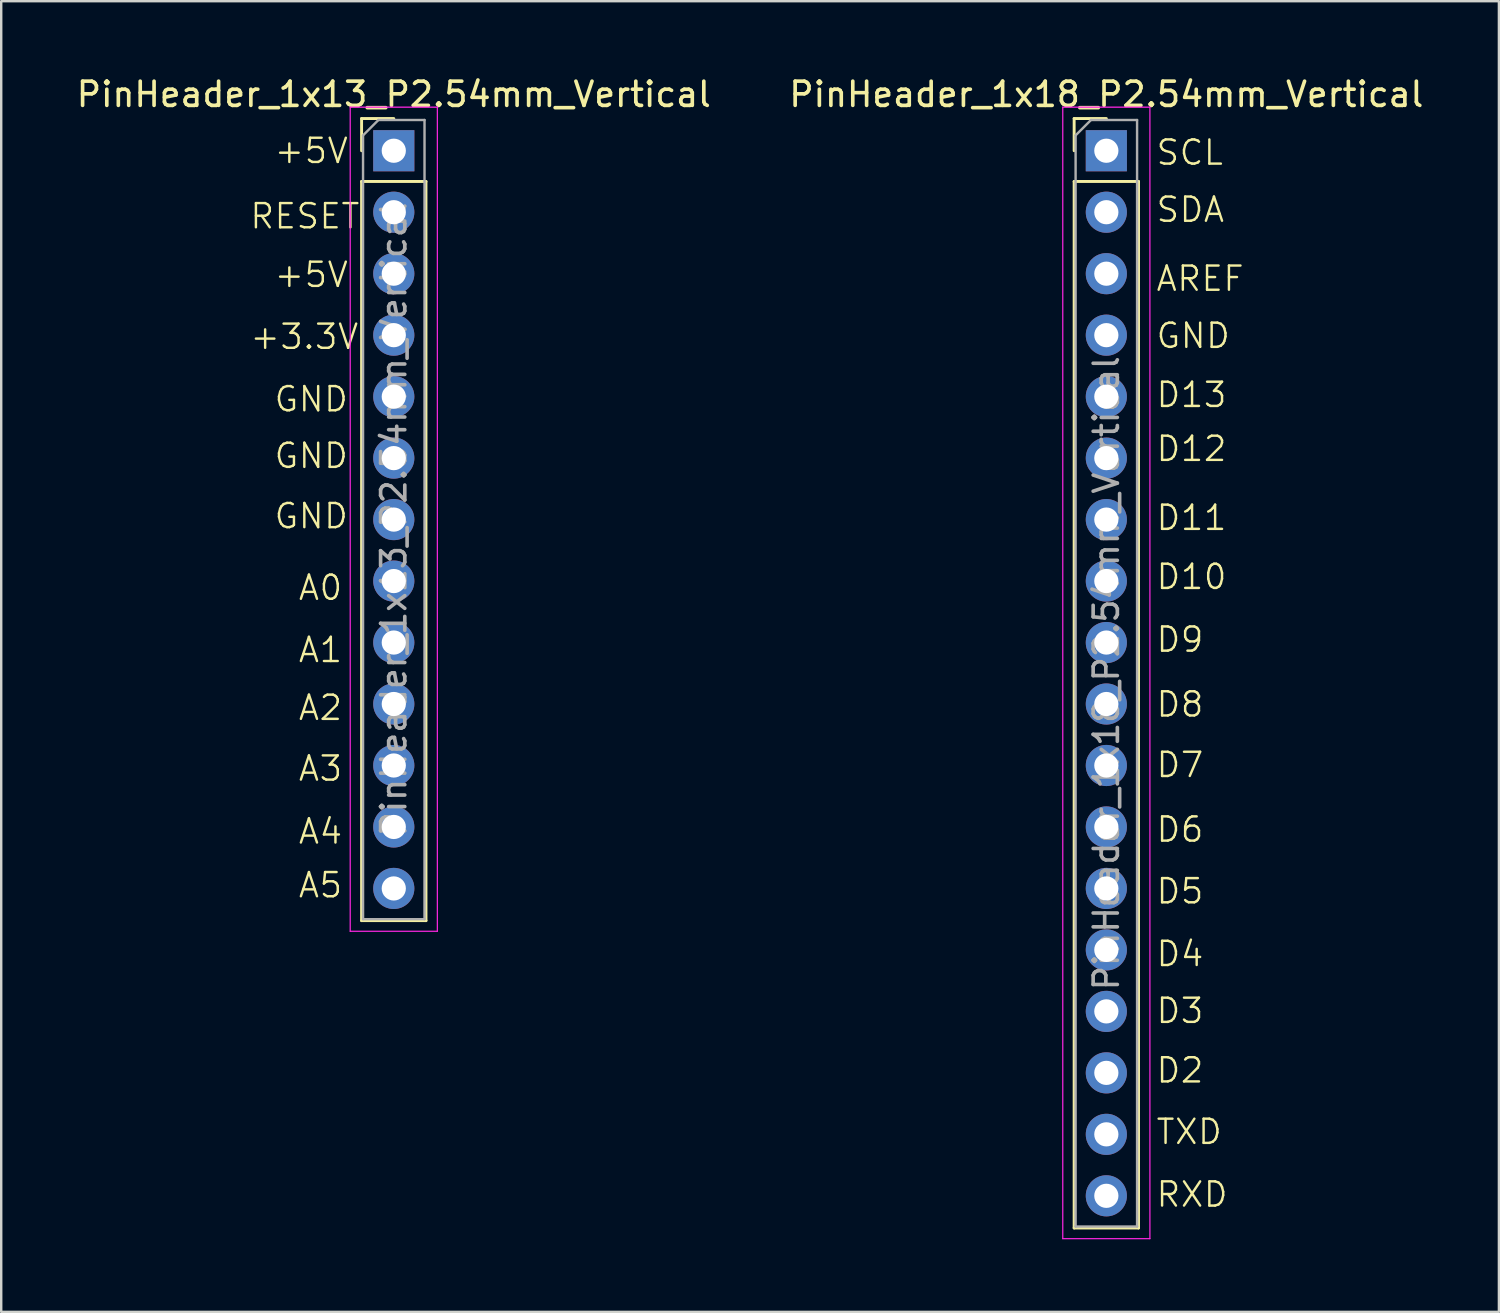
<source format=kicad_pcb>
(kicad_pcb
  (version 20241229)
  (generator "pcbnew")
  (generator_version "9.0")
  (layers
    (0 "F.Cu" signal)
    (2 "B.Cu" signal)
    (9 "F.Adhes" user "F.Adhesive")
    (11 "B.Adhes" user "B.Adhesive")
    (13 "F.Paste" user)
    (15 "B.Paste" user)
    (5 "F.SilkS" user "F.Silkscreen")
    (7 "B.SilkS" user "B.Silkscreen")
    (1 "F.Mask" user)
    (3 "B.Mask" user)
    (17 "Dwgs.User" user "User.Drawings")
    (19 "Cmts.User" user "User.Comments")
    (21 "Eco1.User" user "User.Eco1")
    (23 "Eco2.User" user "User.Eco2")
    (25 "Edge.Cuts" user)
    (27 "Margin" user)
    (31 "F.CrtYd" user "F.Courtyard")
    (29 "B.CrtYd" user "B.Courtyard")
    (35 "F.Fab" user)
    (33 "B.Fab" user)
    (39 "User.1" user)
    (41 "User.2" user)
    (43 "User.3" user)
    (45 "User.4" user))
  (footprint "PinHeader_1x18_P2.54mm_Vertical"
    (layer "F.Cu")
    (at 42.661 3.178)
    (property "Reference" "PinHeader_1x18_P2.54mm_Vertical" (at 0 -2.33 0) (layer "F.SilkS") (effects (font (size 1 1) (thickness 0.15))))
    (attr through_hole)
    (fp_line (start -1.33 -1.33) (end 0 -1.33) (stroke (width 0.12) (type solid)) (layer "F.SilkS"))
    (fp_line (start -1.33 0) (end -1.33 -1.33) (stroke (width 0.12) (type solid)) (layer "F.SilkS"))
    (fp_line (start -1.33 1.27) (end -1.33 44.51) (stroke (width 0.12) (type solid)) (layer "F.SilkS"))
    (fp_line (start -1.33 1.27) (end 1.33 1.27) (stroke (width 0.12) (type solid)) (layer "F.SilkS"))
    (fp_line (start -1.33 44.51) (end 1.33 44.51) (stroke (width 0.12) (type solid)) (layer "F.SilkS"))
    (fp_line (start 1.33 1.27) (end 1.33 44.51) (stroke (width 0.12) (type solid)) (layer "F.SilkS"))
    (fp_line (start -1.8 -1.8) (end -1.8 44.95) (stroke (width 0.05) (type solid)) (layer "F.CrtYd"))
    (fp_line (start -1.8 44.95) (end 1.8 44.95) (stroke (width 0.05) (type solid)) (layer "F.CrtYd"))
    (fp_line (start 1.8 -1.8) (end -1.8 -1.8) (stroke (width 0.05) (type solid)) (layer "F.CrtYd"))
    (fp_line (start 1.8 44.95) (end 1.8 -1.8) (stroke (width 0.05) (type solid)) (layer "F.CrtYd"))
    (fp_line (start -1.27 -0.635) (end -0.635 -1.27) (stroke (width 0.1) (type solid)) (layer "F.Fab"))
    (fp_line (start -1.27 44.45) (end -1.27 -0.635) (stroke (width 0.1) (type solid)) (layer "F.Fab"))
    (fp_line (start -0.635 -1.27) (end 1.27 -1.27) (stroke (width 0.1) (type solid)) (layer "F.Fab"))
    (fp_line (start 1.27 -1.27) (end 1.27 44.45) (stroke (width 0.1) (type solid)) (layer "F.Fab"))
    (fp_line (start 1.27 44.45) (end -1.27 44.45) (stroke (width 0.1) (type solid)) (layer "F.Fab"))
    (fp_text user "D5" (at 2 31.18 0) (unlocked yes) (layer "F.SilkS") (effects (font (size 1 1) (thickness 0.1)) (justify left bottom)))
    (fp_text user "SCL" (at 2 0.66 0) (unlocked yes) (layer "F.SilkS") (effects (font (size 1 1) (thickness 0.1)) (justify left bottom)))
    (fp_text user "D2" (at 2 38.58 0) (unlocked yes) (layer "F.SilkS") (effects (font (size 1 1) (thickness 0.1)) (justify left bottom)))
    (fp_text user "AREF" (at 2 5.87 0) (unlocked yes) (layer "F.SilkS") (effects (font (size 1 1) (thickness 0.1)) (justify left bottom)))
    (fp_text user "D10" (at 2 18.19 0) (unlocked yes) (layer "F.SilkS") (effects (font (size 1 1) (thickness 0.1)) (justify left bottom)))
    (fp_text user "SDA" (at 2 3.02 0) (unlocked yes) (layer "F.SilkS") (effects (font (size 1 1) (thickness 0.1)) (justify left bottom)))
    (fp_text user "D9" (at 2 20.782 0) (unlocked yes) (layer "F.SilkS") (effects (font (size 1 1) (thickness 0.1)) (justify left bottom)))
    (fp_text user "D3" (at 2 36.12 0) (unlocked yes) (layer "F.SilkS") (effects (font (size 1 1) (thickness 0.1)) (justify left bottom)))
    (fp_text user "D6" (at 2 28.63 0) (unlocked yes) (layer "F.SilkS") (effects (font (size 1 1) (thickness 0.1)) (justify left bottom)))
    (fp_text user "D8" (at 2 23.46 0) (unlocked yes) (layer "F.SilkS") (effects (font (size 1 1) (thickness 0.1)) (justify left bottom)))
    (fp_text user "TXD" (at 2 41.12 0) (unlocked yes) (layer "F.SilkS") (effects (font (size 1 1) (thickness 0.1)) (justify left bottom)))
    (fp_text user "D12" (at 2 12.9 0) (unlocked yes) (layer "F.SilkS") (effects (font (size 1 1) (thickness 0.1)) (justify left bottom)))
    (fp_text user "D13" (at 2 10.67 0) (unlocked yes) (layer "F.SilkS") (effects (font (size 1 1) (thickness 0.1)) (justify left bottom)))
    (fp_text user "D11" (at 2 15.75 0) (unlocked yes) (layer "F.SilkS") (effects (font (size 1 1) (thickness 0.1)) (justify left bottom)))
    (fp_text user "D4" (at 2 33.77 0) (unlocked yes) (layer "F.SilkS") (effects (font (size 1 1) (thickness 0.1)) (justify left bottom)))
    (fp_text user "D7" (at 2 25.96 0) (unlocked yes) (layer "F.SilkS") (effects (font (size 1 1) (thickness 0.1)) (justify left bottom)))
    (fp_text user "RXD" (at 2 43.71 0) (unlocked yes) (layer "F.SilkS") (effects (font (size 1 1) (thickness 0.1)) (justify left bottom)))
    (fp_text user "GND" (at 2 8.23 0) (unlocked yes) (layer "F.SilkS") (effects (font (size 1 1) (thickness 0.1)) (justify left bottom)))
    (fp_text user "${REFERENCE}" (at 0 21.59 90) (layer "F.Fab") (effects (font (size 1 1) (thickness 0.15))))
    (pad "1" thru_hole rect (at 0 0) (size 1.7 1.7) (drill 1) (layers "*.Cu" "*.Mask"))
    (pad "2" thru_hole oval (at 0 2.54) (size 1.7 1.7) (drill 1) (layers "*.Cu" "*.Mask"))
    (pad "3" thru_hole oval (at 0 5.08) (size 1.7 1.7) (drill 1) (layers "*.Cu" "*.Mask"))
    (pad "4" thru_hole oval (at 0 7.62) (size 1.7 1.7) (drill 1) (layers "*.Cu" "*.Mask"))
    (pad "5" thru_hole oval (at 0 10.16) (size 1.7 1.7) (drill 1) (layers "*.Cu" "*.Mask"))
    (pad "6" thru_hole oval (at 0 12.7) (size 1.7 1.7) (drill 1) (layers "*.Cu" "*.Mask"))
    (pad "7" thru_hole oval (at 0 15.24) (size 1.7 1.7) (drill 1) (layers "*.Cu" "*.Mask"))
    (pad "8" thru_hole oval (at 0 17.78) (size 1.7 1.7) (drill 1) (layers "*.Cu" "*.Mask"))
    (pad "9" thru_hole oval (at 0 20.32) (size 1.7 1.7) (drill 1) (layers "*.Cu" "*.Mask"))
    (pad "10" thru_hole oval (at 0 22.86) (size 1.7 1.7) (drill 1) (layers "*.Cu" "*.Mask"))
    (pad "11" thru_hole oval (at 0 25.4) (size 1.7 1.7) (drill 1) (layers "*.Cu" "*.Mask"))
    (pad "12" thru_hole oval (at 0 27.94) (size 1.7 1.7) (drill 1) (layers "*.Cu" "*.Mask"))
    (pad "13" thru_hole oval (at 0 30.48) (size 1.7 1.7) (drill 1) (layers "*.Cu" "*.Mask"))
    (pad "14" thru_hole oval (at 0 33.02) (size 1.7 1.7) (drill 1) (layers "*.Cu" "*.Mask"))
    (pad "15" thru_hole oval (at 0 35.56) (size 1.7 1.7) (drill 1) (layers "*.Cu" "*.Mask"))
    (pad "16" thru_hole oval (at 0 38.1) (size 1.7 1.7) (drill 1) (layers "*.Cu" "*.Mask"))
    (pad "17" thru_hole oval (at 0 40.64) (size 1.7 1.7) (drill 1) (layers "*.Cu" "*.Mask"))
    (pad "18" thru_hole oval (at 0 43.18) (size 1.7 1.7) (drill 1) (layers "*.Cu" "*.Mask")))
  (footprint "PinHeader_1x13_P2.54mm_Vertical"
    (layer "F.Cu")
    (at 13.22 3.178)
    (property "Reference" "PinHeader_1x13_P2.54mm_Vertical" (at 0 -2.33 0) (layer "F.SilkS") (effects (font (size 1 1) (thickness 0.15))))
    (attr through_hole)
    (fp_line (start -1.33 -1.33) (end 0 -1.33) (stroke (width 0.12) (type solid)) (layer "F.SilkS"))
    (fp_line (start -1.33 0) (end -1.33 -1.33) (stroke (width 0.12) (type solid)) (layer "F.SilkS"))
    (fp_line (start -1.33 1.27) (end -1.33 31.81) (stroke (width 0.12) (type solid)) (layer "F.SilkS"))
    (fp_line (start -1.33 1.27) (end 1.33 1.27) (stroke (width 0.12) (type solid)) (layer "F.SilkS"))
    (fp_line (start -1.33 31.81) (end 1.33 31.81) (stroke (width 0.12) (type solid)) (layer "F.SilkS"))
    (fp_line (start 1.33 1.27) (end 1.33 31.81) (stroke (width 0.12) (type solid)) (layer "F.SilkS"))
    (fp_line (start -1.8 -1.8) (end -1.8 32.25) (stroke (width 0.05) (type solid)) (layer "F.CrtYd"))
    (fp_line (start -1.8 32.25) (end 1.8 32.25) (stroke (width 0.05) (type solid)) (layer "F.CrtYd"))
    (fp_line (start 1.8 -1.8) (end -1.8 -1.8) (stroke (width 0.05) (type solid)) (layer "F.CrtYd"))
    (fp_line (start 1.8 32.25) (end 1.8 -1.8) (stroke (width 0.05) (type solid)) (layer "F.CrtYd"))
    (fp_line (start -1.27 -0.635) (end -0.635 -1.27) (stroke (width 0.1) (type solid)) (layer "F.Fab"))
    (fp_line (start -1.27 31.75) (end -1.27 -0.635) (stroke (width 0.1) (type solid)) (layer "F.Fab"))
    (fp_line (start -0.635 -1.27) (end 1.27 -1.27) (stroke (width 0.1) (type solid)) (layer "F.Fab"))
    (fp_line (start 1.27 -1.27) (end 1.27 31.75) (stroke (width 0.1) (type solid)) (layer "F.Fab"))
    (fp_line (start 1.27 31.75) (end -1.27 31.75) (stroke (width 0.1) (type solid)) (layer "F.Fab"))
    (fp_text user "A1" (at -4 21.21 0) (unlocked yes) (layer "F.SilkS") (effects (font (size 1 1) (thickness 0.1)) (justify left bottom)))
    (fp_text user "A3" (at -4 26.11 0) (unlocked yes) (layer "F.SilkS") (effects (font (size 1 1) (thickness 0.1)) (justify left bottom)))
    (fp_text user "+3.3V" (at -6 8.27 0) (unlocked yes) (layer "F.SilkS") (effects (font (size 1 1) (thickness 0.1)) (justify left bottom)))
    (fp_text user "A2" (at -4 23.6 0) (unlocked yes) (layer "F.SilkS") (effects (font (size 1 1) (thickness 0.1)) (justify left bottom)))
    (fp_text user "A4" (at -4 28.71 0) (unlocked yes) (layer "F.SilkS") (effects (font (size 1 1) (thickness 0.1)) (justify left bottom)))
    (fp_text user "A5" (at -4 30.93 0) (unlocked yes) (layer "F.SilkS") (effects (font (size 1 1) (thickness 0.1)) (justify left bottom)))
    (fp_text user "GND" (at -5 13.19 0) (unlocked yes) (layer "F.SilkS") (effects (font (size 1 1) (thickness 0.1)) (justify left bottom)))
    (fp_text user "+5V" (at -5 5.71 0) (unlocked yes) (layer "F.SilkS") (effects (font (size 1 1) (thickness 0.1)) (justify left bottom)))
    (fp_text user "+5V" (at -5 0.59 0) (unlocked yes) (layer "F.SilkS") (effects (font (size 1 1) (thickness 0.1)) (justify left bottom)))
    (fp_text user "GND" (at -5 10.85 0) (unlocked yes) (layer "F.SilkS") (effects (font (size 1 1) (thickness 0.1)) (justify left bottom)))
    (fp_text user "GND" (at -5 15.68 0) (unlocked yes) (layer "F.SilkS") (effects (font (size 1 1) (thickness 0.1)) (justify left bottom)))
    (fp_text user "RESET" (at -6 3.29 0) (unlocked yes) (layer "F.SilkS") (effects (font (size 1 1) (thickness 0.1)) (justify left bottom)))
    (fp_text user "A0" (at -4 18.64 0) (unlocked yes) (layer "F.SilkS") (effects (font (size 1 1) (thickness 0.1)) (justify left bottom)))
    (fp_text user "${REFERENCE}" (at 0 15.24 90) (layer "F.Fab") (effects (font (size 1 1) (thickness 0.15))))
    (pad "1" thru_hole rect (at 0 0) (size 1.7 1.7) (drill 1) (layers "*.Cu" "*.Mask"))
    (pad "2" thru_hole oval (at 0 2.54) (size 1.7 1.7) (drill 1) (layers "*.Cu" "*.Mask"))
    (pad "3" thru_hole oval (at 0 5.08) (size 1.7 1.7) (drill 1) (layers "*.Cu" "*.Mask"))
    (pad "4" thru_hole oval (at 0 7.62) (size 1.7 1.7) (drill 1) (layers "*.Cu" "*.Mask"))
    (pad "5" thru_hole oval (at 0 10.16) (size 1.7 1.7) (drill 1) (layers "*.Cu" "*.Mask"))
    (pad "6" thru_hole oval (at 0 12.7) (size 1.7 1.7) (drill 1) (layers "*.Cu" "*.Mask"))
    (pad "7" thru_hole oval (at 0 15.24) (size 1.7 1.7) (drill 1) (layers "*.Cu" "*.Mask"))
    (pad "8" thru_hole oval (at 0 17.78) (size 1.7 1.7) (drill 1) (layers "*.Cu" "*.Mask"))
    (pad "9" thru_hole oval (at 0 20.32) (size 1.7 1.7) (drill 1) (layers "*.Cu" "*.Mask"))
    (pad "10" thru_hole oval (at 0 22.86) (size 1.7 1.7) (drill 1) (layers "*.Cu" "*.Mask"))
    (pad "11" thru_hole oval (at 0 25.4) (size 1.7 1.7) (drill 1) (layers "*.Cu" "*.Mask"))
    (pad "12" thru_hole oval (at 0 27.94) (size 1.7 1.7) (drill 1) (layers "*.Cu" "*.Mask"))
    (pad "13" thru_hole oval (at 0 30.48) (size 1.7 1.7) (drill 1) (layers "*.Cu" "*.Mask")))
  (gr_rect
    (start -3 -3)
    (end 58.881 51.153)
    (stroke (width 0.1) (type default))
    (fill no)
    (layer "Edge.Cuts")))
</source>
